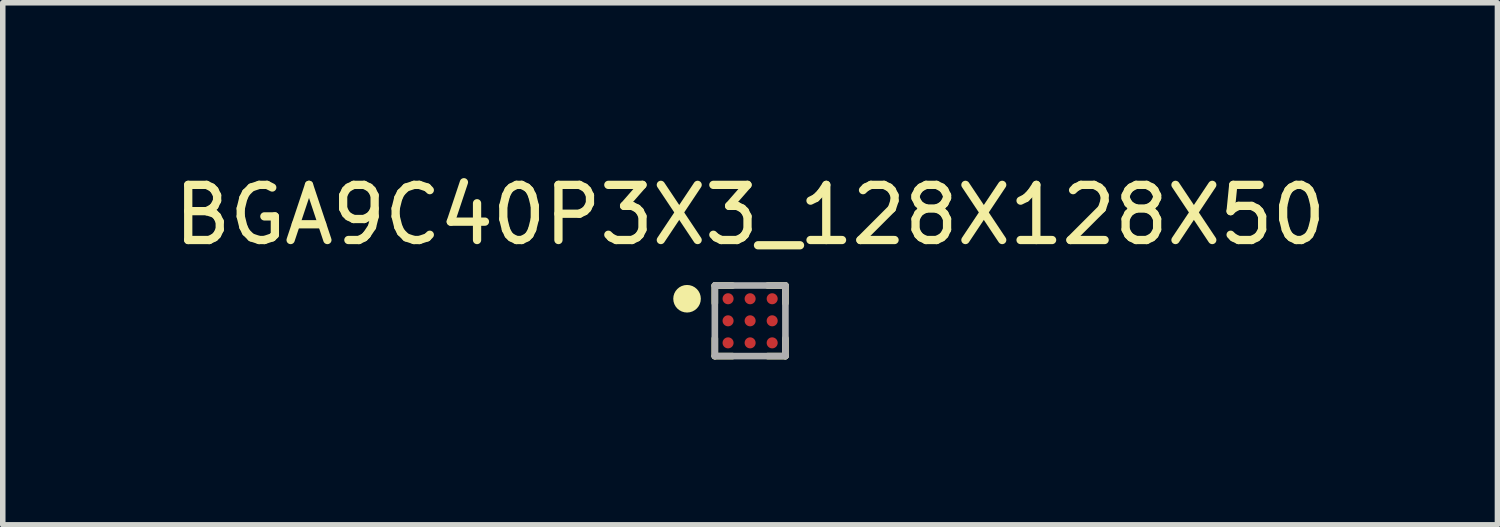
<source format=kicad_pcb>
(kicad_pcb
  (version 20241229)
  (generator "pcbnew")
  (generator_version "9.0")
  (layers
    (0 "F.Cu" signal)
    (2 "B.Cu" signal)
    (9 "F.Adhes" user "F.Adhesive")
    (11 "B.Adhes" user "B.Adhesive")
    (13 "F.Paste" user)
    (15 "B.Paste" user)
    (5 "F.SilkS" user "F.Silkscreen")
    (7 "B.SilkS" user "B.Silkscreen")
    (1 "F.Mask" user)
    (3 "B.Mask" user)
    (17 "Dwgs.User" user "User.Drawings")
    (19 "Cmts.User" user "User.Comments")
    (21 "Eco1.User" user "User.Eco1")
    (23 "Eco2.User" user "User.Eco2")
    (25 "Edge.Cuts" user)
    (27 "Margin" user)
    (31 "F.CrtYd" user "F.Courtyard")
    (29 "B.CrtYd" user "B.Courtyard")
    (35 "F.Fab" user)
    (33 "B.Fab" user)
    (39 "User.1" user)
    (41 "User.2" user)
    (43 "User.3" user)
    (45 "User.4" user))
  (footprint "BGA9C40P3X3_128X128X50"
    (layer "F.Cu")
    (at 10.554 2.768)
    (property "Reference" "BGA9C40P3X3_128X128X50" (at 0 -1.92 0) (layer "F.SilkS") (effects (font (size 1 1) (thickness 0.15))))
    (attr smd)
    (fp_line (start -0.64 -0.64) (end -0.64 -0.32) (stroke (width 0.12) (type solid)) (layer "F.SilkS"))
    (fp_line (start -0.64 -0.64) (end -0.32 -0.64) (stroke (width 0.12) (type solid)) (layer "F.SilkS"))
    (fp_line (start -0.64 0.64) (end -0.64 0.32) (stroke (width 0.12) (type solid)) (layer "F.SilkS"))
    (fp_line (start -0.64 0.64) (end -0.32 0.64) (stroke (width 0.12) (type solid)) (layer "F.SilkS"))
    (fp_line (start 0.64 -0.64) (end 0.32 -0.64) (stroke (width 0.12) (type solid)) (layer "F.SilkS"))
    (fp_line (start 0.64 -0.64) (end 0.64 -0.32) (stroke (width 0.12) (type solid)) (layer "F.SilkS"))
    (fp_line (start 0.64 0.64) (end 0.32 0.64) (stroke (width 0.12) (type solid)) (layer "F.SilkS"))
    (fp_line (start 0.64 0.64) (end 0.64 0.32) (stroke (width 0.12) (type solid)) (layer "F.SilkS"))
    (fp_circle (center -1.144 -0.4) (end -0.894 -0.4) (stroke (width 0) (type solid)) (fill yes) (layer "F.SilkS"))
    (fp_line (start -0.64 -0.64) (end 0.64 -0.64) (stroke (width 0.12) (type solid)) (layer "F.Fab"))
    (fp_line (start -0.64 0.64) (end -0.64 -0.64) (stroke (width 0.12) (type solid)) (layer "F.Fab"))
    (fp_line (start 0.64 -0.64) (end 0.64 0.64) (stroke (width 0.12) (type solid)) (layer "F.Fab"))
    (fp_line (start 0.64 0.64) (end -0.64 0.64) (stroke (width 0.12) (type solid)) (layer "F.Fab"))
    (pad "A1" smd circle (at -0.4 -0.4) (size 0.2 0.2) (layers "F.Cu" "F.Mask" "F.Paste"))
    (pad "A2" smd circle (at 0 -0.4) (size 0.2 0.2) (layers "F.Cu" "F.Mask" "F.Paste"))
    (pad "A3" smd circle (at 0.4 -0.4) (size 0.2 0.2) (layers "F.Cu" "F.Mask" "F.Paste"))
    (pad "B1" smd circle (at -0.4 0) (size 0.2 0.2) (layers "F.Cu" "F.Mask" "F.Paste"))
    (pad "B2" smd circle (at 0 0) (size 0.2 0.2) (layers "F.Cu" "F.Mask" "F.Paste"))
    (pad "B3" smd circle (at 0.4 0) (size 0.2 0.2) (layers "F.Cu" "F.Mask" "F.Paste"))
    (pad "C1" smd circle (at -0.4 0.4) (size 0.2 0.2) (layers "F.Cu" "F.Mask" "F.Paste"))
    (pad "C2" smd circle (at 0 0.4) (size 0.2 0.2) (layers "F.Cu" "F.Mask" "F.Paste"))
    (pad "C3" smd circle (at 0.4 0.4) (size 0.2 0.2) (layers "F.Cu" "F.Mask" "F.Paste")))
  (gr_rect
    (start -3 -3)
    (end 24.107 6.468)
    (stroke (width 0.1) (type default))
    (fill no)
    (layer "Edge.Cuts")))
</source>
